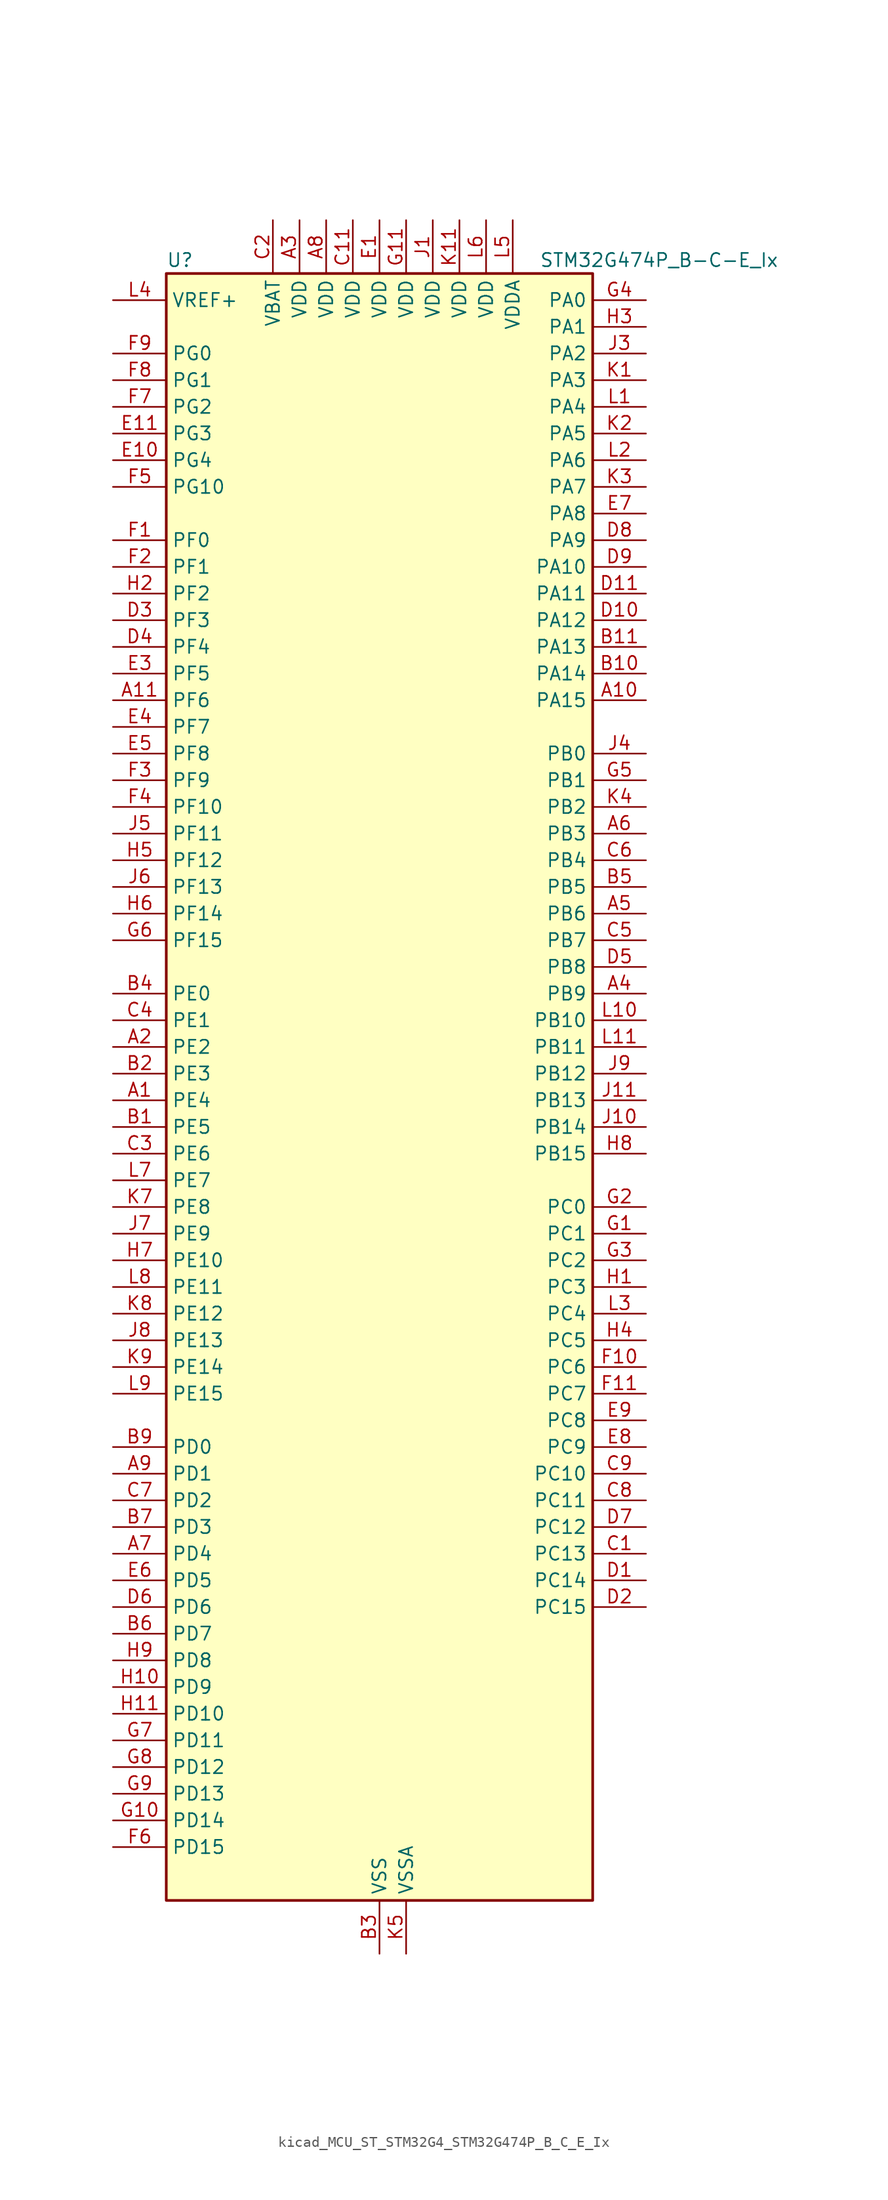
<source format=kicad_sym>
(kicad_symbol_lib
  (version 20220914)
  (generator kicad_symbol_editor)
  (symbol "kicad_MCU_ST_STM32G4_STM32G474P_B_C_E_Ix"
    (property "Reference" "U"
      (at -20.32 80.01 0)
      (effects (font (size 1.27 1.27)) (justify left)))
    (property "Value" "STM32G474P_B-C-E_Ix"
      (at 15.24 80.01 0)
      (effects (font (size 1.27 1.27)) (justify left)))
    (property "ki_locked" ""
      (at 0 0 0)
      (effects (font (size 1.27 1.27))))
    (symbol "kicad_MCU_ST_STM32G4_STM32G474P_B_C_E_Ix_0_1"
      (rectangle (start -20.32 -76.2) (end 20.32 78.74) (stroke (width 0.254) (type default)) (fill (type background))))
    (symbol "kicad_MCU_ST_STM32G4_STM32G474P_B_C_E_Ix_1_1"
      (pin bidirectional line (at -25.4 0 0) (length 5.08) (name "PE4" (effects (font (size 1.27 1.27)))) (number "A1" (effects (font (size 1.27 1.27)))) (alternate "FMC_A20" bidirectional line) (alternate "SAI1_D2" bidirectional line) (alternate "SAI1_FS_A" bidirectional line) (alternate "SPI4_NSS" bidirectional line) (alternate "SYS_TRACED1" bidirectional line) (alternate "TIM20_CH1N" bidirectional line) (alternate "TIM3_CH3" bidirectional line))
      (pin bidirectional line (at 25.4 38.1 180) (length 5.08) (name "PA15" (effects (font (size 1.27 1.27)))) (number "A10" (effects (font (size 1.27 1.27)))) (alternate "ADC1_EXTI15" bidirectional line) (alternate "ADC2_EXTI15" bidirectional line) (alternate "FDCAN3_TX" bidirectional line) (alternate "HRTIM1_FLT2" bidirectional line) (alternate "I2C1_SCL" bidirectional line) (alternate "I2S3_WS" bidirectional line) (alternate "SPI1_NSS" bidirectional line) (alternate "SPI3_NSS" bidirectional line) (alternate "SYS_JTDI" bidirectional line) (alternate "TIM1_BKIN" bidirectional line) (alternate "TIM2_CH1" bidirectional line) (alternate "TIM2_ETR" bidirectional line) (alternate "TIM8_CH1" bidirectional line) (alternate "UART4_DE" bidirectional line) (alternate "UART4_RTS" bidirectional line) (alternate "USART2_RX" bidirectional line))
      (pin bidirectional line (at -25.4 38.1 0) (length 5.08) (name "PF6" (effects (font (size 1.27 1.27)))) (number "A11" (effects (font (size 1.27 1.27)))) (alternate "I2C2_SCL" bidirectional line) (alternate "QUADSPI1_BK1_IO3" bidirectional line) (alternate "SAI1_SD_B" bidirectional line) (alternate "TIM4_CH4" bidirectional line) (alternate "TIM5_CH1" bidirectional line) (alternate "TIM5_ETR" bidirectional line) (alternate "USART3_RTS" bidirectional line))
      (pin bidirectional line (at -25.4 5.08 0) (length 5.08) (name "PE2" (effects (font (size 1.27 1.27)))) (number "A2" (effects (font (size 1.27 1.27)))) (alternate "ADC3_EXTI2" bidirectional line) (alternate "ADC4_EXTI2" bidirectional line) (alternate "ADC5_EXTI2" bidirectional line) (alternate "FMC_A23" bidirectional line) (alternate "SAI1_CK1" bidirectional line) (alternate "SAI1_MCLK_A" bidirectional line) (alternate "SPI4_SCK" bidirectional line) (alternate "SYS_TRACECLK" bidirectional line) (alternate "TIM20_CH1" bidirectional line) (alternate "TIM3_CH1" bidirectional line))
      (pin power_in line (at -7.62 83.82 270) (length 5.08) (name "VDD" (effects (font (size 1.27 1.27)))) (number "A3" (effects (font (size 1.27 1.27)))))
      (pin bidirectional line (at 25.4 10.16 180) (length 5.08) (name "PB9" (effects (font (size 1.27 1.27)))) (number "A4" (effects (font (size 1.27 1.27)))) (alternate "COMP2_OUT" bidirectional line) (alternate "DAC1_EXTI9" bidirectional line) (alternate "DAC2_EXTI9" bidirectional line) (alternate "DAC3_EXTI9" bidirectional line) (alternate "DAC4_EXTI9" bidirectional line) (alternate "FDCAN1_TX" bidirectional line) (alternate "HRTIM1_EEV5" bidirectional line) (alternate "I2C1_SDA" bidirectional line) (alternate "IR_OUT" bidirectional line) (alternate "SAI1_D2" bidirectional line) (alternate "SAI1_FS_A" bidirectional line) (alternate "TIM17_CH1" bidirectional line) (alternate "TIM1_CH3N" bidirectional line) (alternate "TIM4_CH4" bidirectional line) (alternate "TIM8_CH3" bidirectional line) (alternate "USART3_TX" bidirectional line))
      (pin bidirectional line (at 25.4 17.78 180) (length 5.08) (name "PB6" (effects (font (size 1.27 1.27)))) (number "A5" (effects (font (size 1.27 1.27)))) (alternate "COMP4_OUT" bidirectional line) (alternate "FDCAN2_TX" bidirectional line) (alternate "HRTIM1_EEV4" bidirectional line) (alternate "HRTIM1_SCIN" bidirectional line) (alternate "LPTIM1_ETR" bidirectional line) (alternate "SAI1_FS_B" bidirectional line) (alternate "TIM16_CH1N" bidirectional line) (alternate "TIM4_CH1" bidirectional line) (alternate "TIM8_BKIN2" bidirectional line) (alternate "TIM8_CH1" bidirectional line) (alternate "TIM8_ETR" bidirectional line) (alternate "UCPD1_CC1" bidirectional line) (alternate "USART1_TX" bidirectional line))
      (pin bidirectional line (at 25.4 25.4 180) (length 5.08) (name "PB3" (effects (font (size 1.27 1.27)))) (number "A6" (effects (font (size 1.27 1.27)))) (alternate "ADC3_EXTI3" bidirectional line) (alternate "ADC4_EXTI3" bidirectional line) (alternate "ADC5_EXTI3" bidirectional line) (alternate "CRS_SYNC" bidirectional line) (alternate "FDCAN3_RX" bidirectional line) (alternate "HRTIM1_EEV9" bidirectional line) (alternate "HRTIM1_SCOUT" bidirectional line) (alternate "I2S3_CK" bidirectional line) (alternate "SAI1_SCK_B" bidirectional line) (alternate "SPI1_SCK" bidirectional line) (alternate "SPI3_SCK" bidirectional line) (alternate "SYS_JTDO-SWO" bidirectional line) (alternate "TIM2_CH2" bidirectional line) (alternate "TIM3_ETR" bidirectional line) (alternate "TIM4_ETR" bidirectional line) (alternate "TIM8_CH1N" bidirectional line) (alternate "USART2_TX" bidirectional line))
      (pin bidirectional line (at -25.4 -43.18 0) (length 5.08) (name "PD4" (effects (font (size 1.27 1.27)))) (number "A7" (effects (font (size 1.27 1.27)))) (alternate "FMC_NOE" bidirectional line) (alternate "QUADSPI1_BK2_IO0" bidirectional line) (alternate "TIM2_CH2" bidirectional line) (alternate "USART2_DE" bidirectional line) (alternate "USART2_RTS" bidirectional line))
      (pin power_in line (at -5.08 83.82 270) (length 5.08) (name "VDD" (effects (font (size 1.27 1.27)))) (number "A8" (effects (font (size 1.27 1.27)))))
      (pin bidirectional line (at -25.4 -35.56 0) (length 5.08) (name "PD1" (effects (font (size 1.27 1.27)))) (number "A9" (effects (font (size 1.27 1.27)))) (alternate "FDCAN1_TX" bidirectional line) (alternate "FMC_D3" bidirectional line) (alternate "FMC_DA3" bidirectional line) (alternate "TIM8_BKIN2" bidirectional line) (alternate "TIM8_CH4" bidirectional line))
      (pin bidirectional line (at -25.4 -2.54 0) (length 5.08) (name "PE5" (effects (font (size 1.27 1.27)))) (number "B1" (effects (font (size 1.27 1.27)))) (alternate "FMC_A21" bidirectional line) (alternate "SAI1_CK2" bidirectional line) (alternate "SAI1_SCK_A" bidirectional line) (alternate "SPI4_MISO" bidirectional line) (alternate "SYS_TRACED2" bidirectional line) (alternate "TIM20_CH2N" bidirectional line) (alternate "TIM3_CH4" bidirectional line))
      (pin bidirectional line (at 25.4 40.64 180) (length 5.08) (name "PA14" (effects (font (size 1.27 1.27)))) (number "B10" (effects (font (size 1.27 1.27)))) (alternate "I2C1_SDA" bidirectional line) (alternate "I2C4_SMBA" bidirectional line) (alternate "LPTIM1_OUT" bidirectional line) (alternate "SAI1_FS_B" bidirectional line) (alternate "SYS_JTCK-SWCLK" bidirectional line) (alternate "TIM1_BKIN" bidirectional line) (alternate "TIM8_CH2" bidirectional line) (alternate "USART2_TX" bidirectional line))
      (pin bidirectional line (at 25.4 43.18 180) (length 5.08) (name "PA13" (effects (font (size 1.27 1.27)))) (number "B11" (effects (font (size 1.27 1.27)))) (alternate "I2C1_SCL" bidirectional line) (alternate "I2C4_SCL" bidirectional line) (alternate "IR_OUT" bidirectional line) (alternate "SAI1_SD_B" bidirectional line) (alternate "SYS_JTMS-SWDIO" bidirectional line) (alternate "TIM16_CH1N" bidirectional line) (alternate "TIM4_CH3" bidirectional line) (alternate "USART3_CTS" bidirectional line) (alternate "USART3_NSS" bidirectional line))
      (pin bidirectional line (at -25.4 2.54 0) (length 5.08) (name "PE3" (effects (font (size 1.27 1.27)))) (number "B2" (effects (font (size 1.27 1.27)))) (alternate "ADC3_EXTI3" bidirectional line) (alternate "ADC4_EXTI3" bidirectional line) (alternate "ADC5_EXTI3" bidirectional line) (alternate "FMC_A19" bidirectional line) (alternate "SAI1_SD_B" bidirectional line) (alternate "SPI4_NSS" bidirectional line) (alternate "SYS_TRACED0" bidirectional line) (alternate "TIM20_CH2" bidirectional line) (alternate "TIM3_CH2" bidirectional line))
      (pin power_in line (at 0 -81.28 90) (length 5.08) (name "VSS" (effects (font (size 1.27 1.27)))) (number "B3" (effects (font (size 1.27 1.27)))))
      (pin bidirectional line (at -25.4 10.16 0) (length 5.08) (name "PE0" (effects (font (size 1.27 1.27)))) (number "B4" (effects (font (size 1.27 1.27)))) (alternate "FMC_NBL0" bidirectional line) (alternate "TIM16_CH1" bidirectional line) (alternate "TIM20_CH4N" bidirectional line) (alternate "TIM20_ETR" bidirectional line) (alternate "TIM4_ETR" bidirectional line) (alternate "USART1_TX" bidirectional line))
      (pin bidirectional line (at 25.4 20.32 180) (length 5.08) (name "PB5" (effects (font (size 1.27 1.27)))) (number "B5" (effects (font (size 1.27 1.27)))) (alternate "FDCAN2_RX" bidirectional line) (alternate "HRTIM1_EEV6" bidirectional line) (alternate "I2C1_SMBA" bidirectional line) (alternate "I2C3_SDA" bidirectional line) (alternate "I2S3_SD" bidirectional line) (alternate "LPTIM1_IN1" bidirectional line) (alternate "SAI1_SD_B" bidirectional line) (alternate "SPI1_MOSI" bidirectional line) (alternate "SPI3_MOSI" bidirectional line) (alternate "TIM16_BKIN" bidirectional line) (alternate "TIM17_CH1" bidirectional line) (alternate "TIM3_CH2" bidirectional line) (alternate "TIM8_CH3N" bidirectional line) (alternate "UART5_CTS" bidirectional line) (alternate "USART2_CK" bidirectional line))
      (pin bidirectional line (at -25.4 -50.8 0) (length 5.08) (name "PD7" (effects (font (size 1.27 1.27)))) (number "B6" (effects (font (size 1.27 1.27)))) (alternate "FMC_NCE" bidirectional line) (alternate "FMC_NE1" bidirectional line) (alternate "QUADSPI1_BK2_IO3" bidirectional line) (alternate "TIM2_CH3" bidirectional line) (alternate "USART2_CK" bidirectional line))
      (pin bidirectional line (at -25.4 -40.64 0) (length 5.08) (name "PD3" (effects (font (size 1.27 1.27)))) (number "B7" (effects (font (size 1.27 1.27)))) (alternate "ADC3_EXTI3" bidirectional line) (alternate "ADC4_EXTI3" bidirectional line) (alternate "ADC5_EXTI3" bidirectional line) (alternate "FMC_CLK" bidirectional line) (alternate "QUADSPI1_BK2_NCS" bidirectional line) (alternate "TIM2_CH1" bidirectional line) (alternate "TIM2_ETR" bidirectional line) (alternate "USART2_CTS" bidirectional line) (alternate "USART2_NSS" bidirectional line))
      (pin passive line (at 0 -81.28 90) (length 5.08) hide (name "VSS" (effects (font (size 1.27 1.27)))) (number "B8" (effects (font (size 1.27 1.27)))))
      (pin bidirectional line (at -25.4 -33.02 0) (length 5.08) (name "PD0" (effects (font (size 1.27 1.27)))) (number "B9" (effects (font (size 1.27 1.27)))) (alternate "FDCAN1_RX" bidirectional line) (alternate "FMC_D2" bidirectional line) (alternate "FMC_DA2" bidirectional line) (alternate "TIM8_CH4N" bidirectional line))
      (pin bidirectional line (at 25.4 -43.18 180) (length 5.08) (name "PC13" (effects (font (size 1.27 1.27)))) (number "C1" (effects (font (size 1.27 1.27)))) (alternate "RTC_OUT1" bidirectional line) (alternate "RTC_TAMP1" bidirectional line) (alternate "RTC_TS" bidirectional line) (alternate "SYS_WKUP2" bidirectional line) (alternate "TIM1_BKIN" bidirectional line) (alternate "TIM1_CH1N" bidirectional line) (alternate "TIM8_CH4N" bidirectional line))
      (pin passive line (at 0 -81.28 90) (length 5.08) hide (name "VSS" (effects (font (size 1.27 1.27)))) (number "C10" (effects (font (size 1.27 1.27)))))
      (pin power_in line (at -2.54 83.82 270) (length 5.08) (name "VDD" (effects (font (size 1.27 1.27)))) (number "C11" (effects (font (size 1.27 1.27)))))
      (pin power_in line (at -10.16 83.82 270) (length 5.08) (name "VBAT" (effects (font (size 1.27 1.27)))) (number "C2" (effects (font (size 1.27 1.27)))))
      (pin bidirectional line (at -25.4 -5.08 0) (length 5.08) (name "PE6" (effects (font (size 1.27 1.27)))) (number "C3" (effects (font (size 1.27 1.27)))) (alternate "FMC_A22" bidirectional line) (alternate "RTC_TAMP3" bidirectional line) (alternate "SAI1_D1" bidirectional line) (alternate "SAI1_SD_A" bidirectional line) (alternate "SPI4_MOSI" bidirectional line) (alternate "SYS_TRACED3" bidirectional line) (alternate "SYS_WKUP3" bidirectional line) (alternate "TIM20_CH3N" bidirectional line))
      (pin bidirectional line (at -25.4 7.62 0) (length 5.08) (name "PE1" (effects (font (size 1.27 1.27)))) (number "C4" (effects (font (size 1.27 1.27)))) (alternate "FMC_NBL1" bidirectional line) (alternate "TIM17_CH1" bidirectional line) (alternate "TIM20_CH4" bidirectional line) (alternate "USART1_RX" bidirectional line))
      (pin bidirectional line (at 25.4 15.24 180) (length 5.08) (name "PB7" (effects (font (size 1.27 1.27)))) (number "C5" (effects (font (size 1.27 1.27)))) (alternate "COMP3_OUT" bidirectional line) (alternate "FMC_NL" bidirectional line) (alternate "HRTIM1_EEV3" bidirectional line) (alternate "I2C1_SDA" bidirectional line) (alternate "I2C4_SDA" bidirectional line) (alternate "LPTIM1_IN2" bidirectional line) (alternate "SYS_PVD_IN" bidirectional line) (alternate "TIM17_CH1N" bidirectional line) (alternate "TIM3_CH4" bidirectional line) (alternate "TIM4_CH2" bidirectional line) (alternate "TIM8_BKIN" bidirectional line) (alternate "UART4_CTS" bidirectional line) (alternate "USART1_RX" bidirectional line))
      (pin bidirectional line (at 25.4 22.86 180) (length 5.08) (name "PB4" (effects (font (size 1.27 1.27)))) (number "C6" (effects (font (size 1.27 1.27)))) (alternate "FDCAN3_TX" bidirectional line) (alternate "HRTIM1_EEV7" bidirectional line) (alternate "SAI1_MCLK_B" bidirectional line) (alternate "SPI1_MISO" bidirectional line) (alternate "SPI3_MISO" bidirectional line) (alternate "SYS_JTRST" bidirectional line) (alternate "TIM16_CH1" bidirectional line) (alternate "TIM17_BKIN" bidirectional line) (alternate "TIM3_CH1" bidirectional line) (alternate "TIM8_CH2N" bidirectional line) (alternate "UART5_DE" bidirectional line) (alternate "UART5_RTS" bidirectional line) (alternate "UCPD1_CC2" bidirectional line) (alternate "USART2_RX" bidirectional line))
      (pin bidirectional line (at -25.4 -38.1 0) (length 5.08) (name "PD2" (effects (font (size 1.27 1.27)))) (number "C7" (effects (font (size 1.27 1.27)))) (alternate "ADC3_EXTI2" bidirectional line) (alternate "ADC4_EXTI2" bidirectional line) (alternate "ADC5_EXTI2" bidirectional line) (alternate "TIM3_ETR" bidirectional line) (alternate "TIM8_BKIN" bidirectional line) (alternate "UART5_RX" bidirectional line))
      (pin bidirectional line (at 25.4 -38.1 180) (length 5.08) (name "PC11" (effects (font (size 1.27 1.27)))) (number "C8" (effects (font (size 1.27 1.27)))) (alternate "ADC1_EXTI11" bidirectional line) (alternate "ADC2_EXTI11" bidirectional line) (alternate "HRTIM1_EEV2" bidirectional line) (alternate "I2C3_SDA" bidirectional line) (alternate "SPI3_MISO" bidirectional line) (alternate "TIM8_CH2N" bidirectional line) (alternate "UART4_RX" bidirectional line) (alternate "USART3_RX" bidirectional line))
      (pin bidirectional line (at 25.4 -35.56 180) (length 5.08) (name "PC10" (effects (font (size 1.27 1.27)))) (number "C9" (effects (font (size 1.27 1.27)))) (alternate "DAC1_EXTI10" bidirectional line) (alternate "DAC2_EXTI10" bidirectional line) (alternate "DAC3_EXTI10" bidirectional line) (alternate "DAC4_EXTI10" bidirectional line) (alternate "HRTIM1_FLT6" bidirectional line) (alternate "I2S3_CK" bidirectional line) (alternate "SPI3_SCK" bidirectional line) (alternate "TIM8_CH1N" bidirectional line) (alternate "UART4_TX" bidirectional line) (alternate "USART3_TX" bidirectional line))
      (pin bidirectional line (at 25.4 -45.72 180) (length 5.08) (name "PC14" (effects (font (size 1.27 1.27)))) (number "D1" (effects (font (size 1.27 1.27)))) (alternate "RCC_OSC32_IN" bidirectional line))
      (pin bidirectional line (at 25.4 45.72 180) (length 5.08) (name "PA12" (effects (font (size 1.27 1.27)))) (number "D10" (effects (font (size 1.27 1.27)))) (alternate "COMP2_OUT" bidirectional line) (alternate "FDCAN1_TX" bidirectional line) (alternate "HRTIM1_FLT1" bidirectional line) (alternate "I2S_CKIN" bidirectional line) (alternate "TIM16_CH1" bidirectional line) (alternate "TIM1_CH2N" bidirectional line) (alternate "TIM1_ETR" bidirectional line) (alternate "TIM4_CH2" bidirectional line) (alternate "USART1_DE" bidirectional line) (alternate "USART1_RTS" bidirectional line) (alternate "USB_DP" bidirectional line))
      (pin bidirectional line (at 25.4 48.26 180) (length 5.08) (name "PA11" (effects (font (size 1.27 1.27)))) (number "D11" (effects (font (size 1.27 1.27)))) (alternate "ADC1_EXTI11" bidirectional line) (alternate "ADC2_EXTI11" bidirectional line) (alternate "COMP1_OUT" bidirectional line) (alternate "FDCAN1_RX" bidirectional line) (alternate "HRTIM1_CHB2" bidirectional line) (alternate "I2S2_SD" bidirectional line) (alternate "SPI2_MOSI" bidirectional line) (alternate "TIM1_BKIN2" bidirectional line) (alternate "TIM1_CH1N" bidirectional line) (alternate "TIM1_CH4" bidirectional line) (alternate "TIM4_CH1" bidirectional line) (alternate "USART1_CTS" bidirectional line) (alternate "USART1_NSS" bidirectional line) (alternate "USB_DM" bidirectional line))
      (pin bidirectional line (at 25.4 -48.26 180) (length 5.08) (name "PC15" (effects (font (size 1.27 1.27)))) (number "D2" (effects (font (size 1.27 1.27)))) (alternate "ADC1_EXTI15" bidirectional line) (alternate "ADC2_EXTI15" bidirectional line) (alternate "RCC_OSC32_OUT" bidirectional line))
      (pin bidirectional line (at -25.4 45.72 0) (length 5.08) (name "PF3" (effects (font (size 1.27 1.27)))) (number "D3" (effects (font (size 1.27 1.27)))) (alternate "ADC3_EXTI3" bidirectional line) (alternate "ADC4_EXTI3" bidirectional line) (alternate "ADC5_EXTI3" bidirectional line) (alternate "FMC_A3" bidirectional line) (alternate "I2C3_SCL" bidirectional line) (alternate "TIM20_CH4" bidirectional line))
      (pin bidirectional line (at -25.4 43.18 0) (length 5.08) (name "PF4" (effects (font (size 1.27 1.27)))) (number "D4" (effects (font (size 1.27 1.27)))) (alternate "COMP1_OUT" bidirectional line) (alternate "FMC_A4" bidirectional line) (alternate "I2C3_SDA" bidirectional line) (alternate "TIM20_CH1N" bidirectional line))
      (pin bidirectional line (at 25.4 12.7 180) (length 5.08) (name "PB8" (effects (font (size 1.27 1.27)))) (number "D5" (effects (font (size 1.27 1.27)))) (alternate "COMP1_OUT" bidirectional line) (alternate "FDCAN1_RX" bidirectional line) (alternate "HRTIM1_EEV8" bidirectional line) (alternate "I2C1_SCL" bidirectional line) (alternate "SAI1_CK1" bidirectional line) (alternate "SAI1_MCLK_A" bidirectional line) (alternate "TIM16_CH1" bidirectional line) (alternate "TIM1_BKIN" bidirectional line) (alternate "TIM4_CH3" bidirectional line) (alternate "TIM8_CH2" bidirectional line) (alternate "USART3_RX" bidirectional line))
      (pin bidirectional line (at -25.4 -48.26 0) (length 5.08) (name "PD6" (effects (font (size 1.27 1.27)))) (number "D6" (effects (font (size 1.27 1.27)))) (alternate "FMC_NWAIT" bidirectional line) (alternate "QUADSPI1_BK2_IO2" bidirectional line) (alternate "SAI1_D1" bidirectional line) (alternate "SAI1_SD_A" bidirectional line) (alternate "TIM2_CH4" bidirectional line) (alternate "USART2_RX" bidirectional line))
      (pin bidirectional line (at 25.4 -40.64 180) (length 5.08) (name "PC12" (effects (font (size 1.27 1.27)))) (number "D7" (effects (font (size 1.27 1.27)))) (alternate "HRTIM1_EEV1" bidirectional line) (alternate "I2S3_SD" bidirectional line) (alternate "SPI3_MOSI" bidirectional line) (alternate "TIM5_CH2" bidirectional line) (alternate "TIM8_CH3N" bidirectional line) (alternate "UART5_TX" bidirectional line) (alternate "UCPD1_FRSTX1" bidirectional line) (alternate "UCPD1_FRSTX2" bidirectional line) (alternate "USART3_CK" bidirectional line))
      (pin bidirectional line (at 25.4 53.34 180) (length 5.08) (name "PA9" (effects (font (size 1.27 1.27)))) (number "D8" (effects (font (size 1.27 1.27)))) (alternate "ADC5_IN2" bidirectional line) (alternate "COMP5_OUT" bidirectional line) (alternate "DAC1_EXTI9" bidirectional line) (alternate "DAC2_EXTI9" bidirectional line) (alternate "DAC3_EXTI9" bidirectional line) (alternate "DAC4_EXTI9" bidirectional line) (alternate "HRTIM1_CHA2" bidirectional line) (alternate "I2C2_SCL" bidirectional line) (alternate "I2C3_SMBA" bidirectional line) (alternate "I2S3_MCK" bidirectional line) (alternate "SAI1_FS_A" bidirectional line) (alternate "TIM15_BKIN" bidirectional line) (alternate "TIM1_CH2" bidirectional line) (alternate "TIM2_CH3" bidirectional line) (alternate "UCPD1_DBCC1" bidirectional line) (alternate "USART1_TX" bidirectional line))
      (pin bidirectional line (at 25.4 50.8 180) (length 5.08) (name "PA10" (effects (font (size 1.27 1.27)))) (number "D9" (effects (font (size 1.27 1.27)))) (alternate "COMP6_OUT" bidirectional line) (alternate "CRS_SYNC" bidirectional line) (alternate "DAC1_EXTI10" bidirectional line) (alternate "DAC2_EXTI10" bidirectional line) (alternate "DAC3_EXTI10" bidirectional line) (alternate "DAC4_EXTI10" bidirectional line) (alternate "HRTIM1_CHB1" bidirectional line) (alternate "I2C2_SMBA" bidirectional line) (alternate "SAI1_D1" bidirectional line) (alternate "SAI1_SD_A" bidirectional line) (alternate "SPI2_MISO" bidirectional line) (alternate "TIM17_BKIN" bidirectional line) (alternate "TIM1_CH3" bidirectional line) (alternate "TIM2_CH4" bidirectional line) (alternate "TIM8_BKIN" bidirectional line) (alternate "UCPD1_DBCC2" bidirectional line) (alternate "USART1_RX" bidirectional line))
      (pin power_in line (at 0 83.82 270) (length 5.08) (name "VDD" (effects (font (size 1.27 1.27)))) (number "E1" (effects (font (size 1.27 1.27)))))
      (pin bidirectional line (at -25.4 60.96 0) (length 5.08) (name "PG4" (effects (font (size 1.27 1.27)))) (number "E10" (effects (font (size 1.27 1.27)))) (alternate "FMC_A14" bidirectional line) (alternate "I2C4_SDA" bidirectional line) (alternate "SPI1_MOSI" bidirectional line) (alternate "TIM20_BKIN2" bidirectional line))
      (pin bidirectional line (at -25.4 63.5 0) (length 5.08) (name "PG3" (effects (font (size 1.27 1.27)))) (number "E11" (effects (font (size 1.27 1.27)))) (alternate "ADC3_EXTI3" bidirectional line) (alternate "ADC4_EXTI3" bidirectional line) (alternate "ADC5_EXTI3" bidirectional line) (alternate "FMC_A13" bidirectional line) (alternate "I2C4_SCL" bidirectional line) (alternate "SPI1_MISO" bidirectional line) (alternate "TIM20_BKIN" bidirectional line) (alternate "TIM20_CH4N" bidirectional line))
      (pin passive line (at 0 -81.28 90) (length 5.08) hide (name "VSS" (effects (font (size 1.27 1.27)))) (number "E2" (effects (font (size 1.27 1.27)))))
      (pin bidirectional line (at -25.4 40.64 0) (length 5.08) (name "PF5" (effects (font (size 1.27 1.27)))) (number "E3" (effects (font (size 1.27 1.27)))) (alternate "FMC_A5" bidirectional line) (alternate "TIM20_CH2N" bidirectional line))
      (pin bidirectional line (at -25.4 35.56 0) (length 5.08) (name "PF7" (effects (font (size 1.27 1.27)))) (number "E4" (effects (font (size 1.27 1.27)))) (alternate "FMC_A1" bidirectional line) (alternate "QUADSPI1_BK1_IO2" bidirectional line) (alternate "SAI1_MCLK_B" bidirectional line) (alternate "TIM20_BKIN" bidirectional line) (alternate "TIM5_CH2" bidirectional line))
      (pin bidirectional line (at -25.4 33.02 0) (length 5.08) (name "PF8" (effects (font (size 1.27 1.27)))) (number "E5" (effects (font (size 1.27 1.27)))) (alternate "FMC_A24" bidirectional line) (alternate "QUADSPI1_BK1_IO0" bidirectional line) (alternate "SAI1_SCK_B" bidirectional line) (alternate "TIM20_BKIN2" bidirectional line) (alternate "TIM5_CH3" bidirectional line))
      (pin bidirectional line (at -25.4 -45.72 0) (length 5.08) (name "PD5" (effects (font (size 1.27 1.27)))) (number "E6" (effects (font (size 1.27 1.27)))) (alternate "FMC_NWE" bidirectional line) (alternate "QUADSPI1_BK2_IO1" bidirectional line) (alternate "USART2_TX" bidirectional line))
      (pin bidirectional line (at 25.4 55.88 180) (length 5.08) (name "PA8" (effects (font (size 1.27 1.27)))) (number "E7" (effects (font (size 1.27 1.27)))) (alternate "ADC5_IN1" bidirectional line) (alternate "COMP7_OUT" bidirectional line) (alternate "FDCAN3_RX" bidirectional line) (alternate "HRTIM1_CHA1" bidirectional line) (alternate "I2C2_SDA" bidirectional line) (alternate "I2C3_SCL" bidirectional line) (alternate "I2S2_MCK" bidirectional line) (alternate "OPAMP5_VOUT" bidirectional line) (alternate "RCC_MCO" bidirectional line) (alternate "SAI1_CK2" bidirectional line) (alternate "SAI1_SCK_A" bidirectional line) (alternate "TIM1_CH1" bidirectional line) (alternate "TIM4_ETR" bidirectional line) (alternate "USART1_CK" bidirectional line))
      (pin bidirectional line (at 25.4 -33.02 180) (length 5.08) (name "PC9" (effects (font (size 1.27 1.27)))) (number "E8" (effects (font (size 1.27 1.27)))) (alternate "DAC1_EXTI9" bidirectional line) (alternate "DAC2_EXTI9" bidirectional line) (alternate "DAC3_EXTI9" bidirectional line) (alternate "DAC4_EXTI9" bidirectional line) (alternate "HRTIM1_CHE2" bidirectional line) (alternate "I2C3_SDA" bidirectional line) (alternate "I2S_CKIN" bidirectional line) (alternate "TIM3_CH4" bidirectional line) (alternate "TIM8_BKIN2" bidirectional line) (alternate "TIM8_CH4" bidirectional line))
      (pin bidirectional line (at 25.4 -30.48 180) (length 5.08) (name "PC8" (effects (font (size 1.27 1.27)))) (number "E9" (effects (font (size 1.27 1.27)))) (alternate "COMP7_OUT" bidirectional line) (alternate "HRTIM1_CHE1" bidirectional line) (alternate "I2C3_SCL" bidirectional line) (alternate "TIM20_CH3" bidirectional line) (alternate "TIM3_CH3" bidirectional line) (alternate "TIM8_CH3" bidirectional line))
      (pin bidirectional line (at -25.4 53.34 0) (length 5.08) (name "PF0" (effects (font (size 1.27 1.27)))) (number "F1" (effects (font (size 1.27 1.27)))) (alternate "ADC1_IN10" bidirectional line) (alternate "I2C2_SDA" bidirectional line) (alternate "I2S2_WS" bidirectional line) (alternate "RCC_OSC_IN" bidirectional line) (alternate "SPI2_NSS" bidirectional line) (alternate "TIM1_CH3N" bidirectional line))
      (pin bidirectional line (at 25.4 -25.4 180) (length 5.08) (name "PC6" (effects (font (size 1.27 1.27)))) (number "F10" (effects (font (size 1.27 1.27)))) (alternate "COMP6_OUT" bidirectional line) (alternate "HRTIM1_CHF1" bidirectional line) (alternate "HRTIM1_EEV10" bidirectional line) (alternate "I2C4_SCL" bidirectional line) (alternate "I2S2_MCK" bidirectional line) (alternate "TIM3_CH1" bidirectional line) (alternate "TIM8_CH1" bidirectional line))
      (pin bidirectional line (at 25.4 -27.94 180) (length 5.08) (name "PC7" (effects (font (size 1.27 1.27)))) (number "F11" (effects (font (size 1.27 1.27)))) (alternate "COMP5_OUT" bidirectional line) (alternate "HRTIM1_CHF2" bidirectional line) (alternate "HRTIM1_FLT5" bidirectional line) (alternate "I2C4_SDA" bidirectional line) (alternate "I2S3_MCK" bidirectional line) (alternate "TIM3_CH2" bidirectional line) (alternate "TIM8_CH2" bidirectional line))
      (pin bidirectional line (at -25.4 50.8 0) (length 5.08) (name "PF1" (effects (font (size 1.27 1.27)))) (number "F2" (effects (font (size 1.27 1.27)))) (alternate "ADC2_IN10" bidirectional line) (alternate "COMP3_INM" bidirectional line) (alternate "I2S2_CK" bidirectional line) (alternate "RCC_OSC_OUT" bidirectional line) (alternate "SPI2_SCK" bidirectional line))
      (pin bidirectional line (at -25.4 30.48 0) (length 5.08) (name "PF9" (effects (font (size 1.27 1.27)))) (number "F3" (effects (font (size 1.27 1.27)))) (alternate "DAC1_EXTI9" bidirectional line) (alternate "DAC2_EXTI9" bidirectional line) (alternate "DAC3_EXTI9" bidirectional line) (alternate "DAC4_EXTI9" bidirectional line) (alternate "FMC_A25" bidirectional line) (alternate "QUADSPI1_BK1_IO1" bidirectional line) (alternate "SAI1_FS_B" bidirectional line) (alternate "SPI2_SCK" bidirectional line) (alternate "TIM15_CH1" bidirectional line) (alternate "TIM20_BKIN" bidirectional line) (alternate "TIM5_CH4" bidirectional line))
      (pin bidirectional line (at -25.4 27.94 0) (length 5.08) (name "PF10" (effects (font (size 1.27 1.27)))) (number "F4" (effects (font (size 1.27 1.27)))) (alternate "DAC1_EXTI10" bidirectional line) (alternate "DAC2_EXTI10" bidirectional line) (alternate "DAC3_EXTI10" bidirectional line) (alternate "DAC4_EXTI10" bidirectional line) (alternate "FMC_A0" bidirectional line) (alternate "QUADSPI1_CLK" bidirectional line) (alternate "SAI1_D3" bidirectional line) (alternate "SPI2_SCK" bidirectional line) (alternate "TIM15_CH2" bidirectional line) (alternate "TIM20_BKIN2" bidirectional line))
      (pin bidirectional line (at -25.4 58.42 0) (length 5.08) (name "PG10" (effects (font (size 1.27 1.27)))) (number "F5" (effects (font (size 1.27 1.27)))) (alternate "DAC1_EXTI10" bidirectional line) (alternate "DAC2_EXTI10" bidirectional line) (alternate "DAC3_EXTI10" bidirectional line) (alternate "DAC4_EXTI10" bidirectional line) (alternate "RCC_MCO" bidirectional line))
      (pin bidirectional line (at -25.4 -71.12 0) (length 5.08) (name "PD15" (effects (font (size 1.27 1.27)))) (number "F6" (effects (font (size 1.27 1.27)))) (alternate "ADC1_EXTI15" bidirectional line) (alternate "ADC2_EXTI15" bidirectional line) (alternate "COMP7_INM" bidirectional line) (alternate "FMC_D1" bidirectional line) (alternate "FMC_DA1" bidirectional line) (alternate "SPI2_NSS" bidirectional line) (alternate "TIM4_CH4" bidirectional line))
      (pin bidirectional line (at -25.4 66.04 0) (length 5.08) (name "PG2" (effects (font (size 1.27 1.27)))) (number "F7" (effects (font (size 1.27 1.27)))) (alternate "ADC3_EXTI2" bidirectional line) (alternate "ADC4_EXTI2" bidirectional line) (alternate "ADC5_EXTI2" bidirectional line) (alternate "FMC_A12" bidirectional line) (alternate "SPI1_SCK" bidirectional line) (alternate "TIM20_CH3N" bidirectional line))
      (pin bidirectional line (at -25.4 68.58 0) (length 5.08) (name "PG1" (effects (font (size 1.27 1.27)))) (number "F8" (effects (font (size 1.27 1.27)))) (alternate "FMC_A11" bidirectional line) (alternate "TIM20_CH2N" bidirectional line))
      (pin bidirectional line (at -25.4 71.12 0) (length 5.08) (name "PG0" (effects (font (size 1.27 1.27)))) (number "F9" (effects (font (size 1.27 1.27)))) (alternate "FMC_A10" bidirectional line) (alternate "TIM20_CH1N" bidirectional line))
      (pin bidirectional line (at 25.4 -12.7 180) (length 5.08) (name "PC1" (effects (font (size 1.27 1.27)))) (number "G1" (effects (font (size 1.27 1.27)))) (alternate "ADC1_IN7" bidirectional line) (alternate "ADC2_IN7" bidirectional line) (alternate "COMP3_INP" bidirectional line) (alternate "LPTIM1_OUT" bidirectional line) (alternate "LPUART1_TX" bidirectional line) (alternate "QUADSPI1_BK2_IO0" bidirectional line) (alternate "SAI1_SD_A" bidirectional line) (alternate "TIM1_CH2" bidirectional line))
      (pin bidirectional line (at -25.4 -68.58 0) (length 5.08) (name "PD14" (effects (font (size 1.27 1.27)))) (number "G10" (effects (font (size 1.27 1.27)))) (alternate "ADC3_IN11" bidirectional line) (alternate "ADC4_IN11" bidirectional line) (alternate "ADC5_IN11" bidirectional line) (alternate "COMP7_INP" bidirectional line) (alternate "FMC_D0" bidirectional line) (alternate "FMC_DA0" bidirectional line) (alternate "OPAMP2_VINP" bidirectional line) (alternate "OPAMP2_VINP_SEC" bidirectional line) (alternate "TIM4_CH3" bidirectional line))
      (pin power_in line (at 2.54 83.82 270) (length 5.08) (name "VDD" (effects (font (size 1.27 1.27)))) (number "G11" (effects (font (size 1.27 1.27)))))
      (pin bidirectional line (at 25.4 -10.16 180) (length 5.08) (name "PC0" (effects (font (size 1.27 1.27)))) (number "G2" (effects (font (size 1.27 1.27)))) (alternate "ADC1_IN6" bidirectional line) (alternate "ADC2_IN6" bidirectional line) (alternate "COMP3_INM" bidirectional line) (alternate "LPTIM1_IN1" bidirectional line) (alternate "LPUART1_RX" bidirectional line) (alternate "TIM1_CH1" bidirectional line))
      (pin bidirectional line (at 25.4 -15.24 180) (length 5.08) (name "PC2" (effects (font (size 1.27 1.27)))) (number "G3" (effects (font (size 1.27 1.27)))) (alternate "ADC1_IN8" bidirectional line) (alternate "ADC2_IN8" bidirectional line) (alternate "ADC3_EXTI2" bidirectional line) (alternate "ADC4_EXTI2" bidirectional line) (alternate "ADC5_EXTI2" bidirectional line) (alternate "COMP3_OUT" bidirectional line) (alternate "LPTIM1_IN2" bidirectional line) (alternate "QUADSPI1_BK2_IO1" bidirectional line) (alternate "TIM1_CH3" bidirectional line) (alternate "TIM20_CH2" bidirectional line))
      (pin bidirectional line (at 25.4 76.2 180) (length 5.08) (name "PA0" (effects (font (size 1.27 1.27)))) (number "G4" (effects (font (size 1.27 1.27)))) (alternate "ADC1_IN1" bidirectional line) (alternate "ADC2_IN1" bidirectional line) (alternate "COMP1_INM" bidirectional line) (alternate "COMP1_OUT" bidirectional line) (alternate "COMP3_INP" bidirectional line) (alternate "RTC_TAMP2" bidirectional line) (alternate "SYS_WKUP1" bidirectional line) (alternate "TIM2_CH1" bidirectional line) (alternate "TIM2_ETR" bidirectional line) (alternate "TIM5_CH1" bidirectional line) (alternate "TIM8_BKIN" bidirectional line) (alternate "TIM8_ETR" bidirectional line) (alternate "USART2_CTS" bidirectional line) (alternate "USART2_NSS" bidirectional line))
      (pin bidirectional line (at 25.4 30.48 180) (length 5.08) (name "PB1" (effects (font (size 1.27 1.27)))) (number "G5" (effects (font (size 1.27 1.27)))) (alternate "ADC1_IN12" bidirectional line) (alternate "ADC3_IN1" bidirectional line) (alternate "COMP1_INP" bidirectional line) (alternate "COMP4_OUT" bidirectional line) (alternate "HRTIM1_SCOUT" bidirectional line) (alternate "LPUART1_DE" bidirectional line) (alternate "LPUART1_RTS" bidirectional line) (alternate "OPAMP3_VOUT" bidirectional line) (alternate "OPAMP6_VINM" bidirectional line) (alternate "OPAMP6_VINM1" bidirectional line) (alternate "OPAMP6_VINM_SEC" bidirectional line) (alternate "QUADSPI1_BK1_IO0" bidirectional line) (alternate "TIM1_CH3N" bidirectional line) (alternate "TIM3_CH4" bidirectional line) (alternate "TIM8_CH3N" bidirectional line))
      (pin bidirectional line (at -25.4 15.24 0) (length 5.08) (name "PF15" (effects (font (size 1.27 1.27)))) (number "G6" (effects (font (size 1.27 1.27)))) (alternate "ADC1_EXTI15" bidirectional line) (alternate "ADC2_EXTI15" bidirectional line) (alternate "FMC_A9" bidirectional line) (alternate "I2C4_SDA" bidirectional line) (alternate "TIM20_CH4" bidirectional line))
      (pin bidirectional line (at -25.4 -60.96 0) (length 5.08) (name "PD11" (effects (font (size 1.27 1.27)))) (number "G7" (effects (font (size 1.27 1.27)))) (alternate "ADC1_EXTI11" bidirectional line) (alternate "ADC2_EXTI11" bidirectional line) (alternate "ADC3_IN8" bidirectional line) (alternate "ADC4_IN8" bidirectional line) (alternate "ADC5_IN8" bidirectional line) (alternate "COMP6_INP" bidirectional line) (alternate "FMC_A16" bidirectional line) (alternate "FMC_CLE" bidirectional line) (alternate "I2C4_SMBA" bidirectional line) (alternate "OPAMP4_VINP" bidirectional line) (alternate "OPAMP4_VINP_SEC" bidirectional line) (alternate "TIM5_ETR" bidirectional line) (alternate "USART3_CTS" bidirectional line) (alternate "USART3_NSS" bidirectional line))
      (pin bidirectional line (at -25.4 -63.5 0) (length 5.08) (name "PD12" (effects (font (size 1.27 1.27)))) (number "G8" (effects (font (size 1.27 1.27)))) (alternate "ADC3_IN9" bidirectional line) (alternate "ADC4_IN9" bidirectional line) (alternate "ADC5_IN9" bidirectional line) (alternate "COMP5_INP" bidirectional line) (alternate "FMC_A17" bidirectional line) (alternate "FMC_ALE" bidirectional line) (alternate "OPAMP5_VINP" bidirectional line) (alternate "OPAMP5_VINP_SEC" bidirectional line) (alternate "TIM4_CH1" bidirectional line) (alternate "USART3_DE" bidirectional line) (alternate "USART3_RTS" bidirectional line))
      (pin bidirectional line (at -25.4 -66.04 0) (length 5.08) (name "PD13" (effects (font (size 1.27 1.27)))) (number "G9" (effects (font (size 1.27 1.27)))) (alternate "ADC3_IN10" bidirectional line) (alternate "ADC4_IN10" bidirectional line) (alternate "ADC5_IN10" bidirectional line) (alternate "COMP5_INM" bidirectional line) (alternate "FMC_A18" bidirectional line) (alternate "TIM4_CH2" bidirectional line))
      (pin bidirectional line (at 25.4 -17.78 180) (length 5.08) (name "PC3" (effects (font (size 1.27 1.27)))) (number "H1" (effects (font (size 1.27 1.27)))) (alternate "ADC1_IN9" bidirectional line) (alternate "ADC2_IN9" bidirectional line) (alternate "ADC3_EXTI3" bidirectional line) (alternate "ADC4_EXTI3" bidirectional line) (alternate "ADC5_EXTI3" bidirectional line) (alternate "LPTIM1_ETR" bidirectional line) (alternate "OPAMP5_VINP" bidirectional line) (alternate "OPAMP5_VINP_SEC" bidirectional line) (alternate "QUADSPI1_BK2_IO2" bidirectional line) (alternate "SAI1_D1" bidirectional line) (alternate "SAI1_SD_A" bidirectional line) (alternate "TIM1_BKIN2" bidirectional line) (alternate "TIM1_CH4" bidirectional line))
      (pin bidirectional line (at -25.4 -55.88 0) (length 5.08) (name "PD9" (effects (font (size 1.27 1.27)))) (number "H10" (effects (font (size 1.27 1.27)))) (alternate "ADC4_IN13" bidirectional line) (alternate "ADC5_IN13" bidirectional line) (alternate "DAC1_EXTI9" bidirectional line) (alternate "DAC2_EXTI9" bidirectional line) (alternate "DAC3_EXTI9" bidirectional line) (alternate "DAC4_EXTI9" bidirectional line) (alternate "FMC_D14" bidirectional line) (alternate "FMC_DA14" bidirectional line) (alternate "OPAMP6_VINP" bidirectional line) (alternate "OPAMP6_VINP_SEC" bidirectional line) (alternate "USART3_RX" bidirectional line))
      (pin bidirectional line (at -25.4 -58.42 0) (length 5.08) (name "PD10" (effects (font (size 1.27 1.27)))) (number "H11" (effects (font (size 1.27 1.27)))) (alternate "ADC3_IN7" bidirectional line) (alternate "ADC4_IN7" bidirectional line) (alternate "ADC5_IN7" bidirectional line) (alternate "COMP6_INM" bidirectional line) (alternate "DAC1_EXTI10" bidirectional line) (alternate "DAC2_EXTI10" bidirectional line) (alternate "DAC3_EXTI10" bidirectional line) (alternate "DAC4_EXTI10" bidirectional line) (alternate "FMC_D15" bidirectional line) (alternate "FMC_DA15" bidirectional line) (alternate "USART3_CK" bidirectional line))
      (pin bidirectional line (at -25.4 48.26 0) (length 5.08) (name "PF2" (effects (font (size 1.27 1.27)))) (number "H2" (effects (font (size 1.27 1.27)))) (alternate "ADC3_EXTI2" bidirectional line) (alternate "ADC4_EXTI2" bidirectional line) (alternate "ADC5_EXTI2" bidirectional line) (alternate "FMC_A2" bidirectional line) (alternate "I2C2_SMBA" bidirectional line) (alternate "TIM20_CH3" bidirectional line))
      (pin bidirectional line (at 25.4 73.66 180) (length 5.08) (name "PA1" (effects (font (size 1.27 1.27)))) (number "H3" (effects (font (size 1.27 1.27)))) (alternate "ADC1_IN2" bidirectional line) (alternate "ADC2_IN2" bidirectional line) (alternate "COMP1_INP" bidirectional line) (alternate "OPAMP1_VINP" bidirectional line) (alternate "OPAMP1_VINP_SEC" bidirectional line) (alternate "OPAMP3_VINP" bidirectional line) (alternate "OPAMP3_VINP_SEC" bidirectional line) (alternate "OPAMP6_VINM" bidirectional line) (alternate "OPAMP6_VINM0" bidirectional line) (alternate "OPAMP6_VINM_SEC" bidirectional line) (alternate "RTC_REFIN" bidirectional line) (alternate "TIM15_CH1N" bidirectional line) (alternate "TIM2_CH2" bidirectional line) (alternate "TIM5_CH2" bidirectional line) (alternate "USART2_DE" bidirectional line) (alternate "USART2_RTS" bidirectional line))
      (pin bidirectional line (at 25.4 -22.86 180) (length 5.08) (name "PC5" (effects (font (size 1.27 1.27)))) (number "H4" (effects (font (size 1.27 1.27)))) (alternate "ADC2_IN11" bidirectional line) (alternate "HRTIM1_EEV10" bidirectional line) (alternate "OPAMP1_VINM" bidirectional line) (alternate "OPAMP1_VINM1" bidirectional line) (alternate "OPAMP1_VINM_SEC" bidirectional line) (alternate "OPAMP2_VINM" bidirectional line) (alternate "OPAMP2_VINM1" bidirectional line) (alternate "OPAMP2_VINM_SEC" bidirectional line) (alternate "SAI1_D3" bidirectional line) (alternate "SYS_WKUP5" bidirectional line) (alternate "TIM15_BKIN" bidirectional line) (alternate "TIM1_CH4N" bidirectional line) (alternate "USART1_RX" bidirectional line))
      (pin bidirectional line (at -25.4 22.86 0) (length 5.08) (name "PF12" (effects (font (size 1.27 1.27)))) (number "H5" (effects (font (size 1.27 1.27)))) (alternate "FMC_A6" bidirectional line) (alternate "TIM20_CH1" bidirectional line))
      (pin bidirectional line (at -25.4 17.78 0) (length 5.08) (name "PF14" (effects (font (size 1.27 1.27)))) (number "H6" (effects (font (size 1.27 1.27)))) (alternate "FMC_A8" bidirectional line) (alternate "I2C4_SCL" bidirectional line) (alternate "TIM20_CH3" bidirectional line))
      (pin bidirectional line (at -25.4 -15.24 0) (length 5.08) (name "PE10" (effects (font (size 1.27 1.27)))) (number "H7" (effects (font (size 1.27 1.27)))) (alternate "ADC3_IN14" bidirectional line) (alternate "ADC4_IN14" bidirectional line) (alternate "ADC5_IN14" bidirectional line) (alternate "DAC1_EXTI10" bidirectional line) (alternate "DAC2_EXTI10" bidirectional line) (alternate "DAC3_EXTI10" bidirectional line) (alternate "DAC4_EXTI10" bidirectional line) (alternate "FMC_D7" bidirectional line) (alternate "FMC_DA7" bidirectional line) (alternate "QUADSPI1_CLK" bidirectional line) (alternate "SAI1_MCLK_B" bidirectional line) (alternate "TIM1_CH2N" bidirectional line))
      (pin bidirectional line (at 25.4 -5.08 180) (length 5.08) (name "PB15" (effects (font (size 1.27 1.27)))) (number "H8" (effects (font (size 1.27 1.27)))) (alternate "ADC1_EXTI15" bidirectional line) (alternate "ADC2_EXTI15" bidirectional line) (alternate "ADC2_IN15" bidirectional line) (alternate "ADC4_IN5" bidirectional line) (alternate "COMP3_OUT" bidirectional line) (alternate "COMP6_INM" bidirectional line) (alternate "HRTIM1_CHD2" bidirectional line) (alternate "I2S2_SD" bidirectional line) (alternate "OPAMP5_VINM" bidirectional line) (alternate "OPAMP5_VINM0" bidirectional line) (alternate "OPAMP5_VINM_SEC" bidirectional line) (alternate "RTC_REFIN" bidirectional line) (alternate "SPI2_MOSI" bidirectional line) (alternate "TIM15_CH1N" bidirectional line) (alternate "TIM15_CH2" bidirectional line) (alternate "TIM1_CH3N" bidirectional line))
      (pin bidirectional line (at -25.4 -53.34 0) (length 5.08) (name "PD8" (effects (font (size 1.27 1.27)))) (number "H9" (effects (font (size 1.27 1.27)))) (alternate "ADC4_IN12" bidirectional line) (alternate "ADC5_IN12" bidirectional line) (alternate "FMC_D13" bidirectional line) (alternate "FMC_DA13" bidirectional line) (alternate "OPAMP4_VINM" bidirectional line) (alternate "OPAMP4_VINM1" bidirectional line) (alternate "OPAMP4_VINM_SEC" bidirectional line) (alternate "USART3_TX" bidirectional line))
      (pin power_in line (at 5.08 83.82 270) (length 5.08) (name "VDD" (effects (font (size 1.27 1.27)))) (number "J1" (effects (font (size 1.27 1.27)))))
      (pin bidirectional line (at 25.4 -2.54 180) (length 5.08) (name "PB14" (effects (font (size 1.27 1.27)))) (number "J10" (effects (font (size 1.27 1.27)))) (alternate "ADC1_IN5" bidirectional line) (alternate "ADC4_IN4" bidirectional line) (alternate "COMP4_OUT" bidirectional line) (alternate "COMP7_INP" bidirectional line) (alternate "HRTIM1_CHD1" bidirectional line) (alternate "OPAMP2_VINP" bidirectional line) (alternate "OPAMP2_VINP_SEC" bidirectional line) (alternate "OPAMP5_VINP" bidirectional line) (alternate "OPAMP5_VINP_SEC" bidirectional line) (alternate "SPI2_MISO" bidirectional line) (alternate "TIM15_CH1" bidirectional line) (alternate "TIM1_CH2N" bidirectional line) (alternate "USART3_DE" bidirectional line) (alternate "USART3_RTS" bidirectional line))
      (pin bidirectional line (at 25.4 0 180) (length 5.08) (name "PB13" (effects (font (size 1.27 1.27)))) (number "J11" (effects (font (size 1.27 1.27)))) (alternate "ADC3_IN5" bidirectional line) (alternate "COMP5_INP" bidirectional line) (alternate "FDCAN2_TX" bidirectional line) (alternate "HRTIM1_CHC2" bidirectional line) (alternate "I2S2_CK" bidirectional line) (alternate "LPUART1_CTS" bidirectional line) (alternate "OPAMP3_VINP" bidirectional line) (alternate "OPAMP3_VINP_SEC" bidirectional line) (alternate "OPAMP4_VINP" bidirectional line) (alternate "OPAMP4_VINP_SEC" bidirectional line) (alternate "OPAMP6_VINP" bidirectional line) (alternate "OPAMP6_VINP_SEC" bidirectional line) (alternate "SPI2_SCK" bidirectional line) (alternate "TIM1_CH1N" bidirectional line) (alternate "USART3_CTS" bidirectional line) (alternate "USART3_NSS" bidirectional line))
      (pin passive line (at 0 -81.28 90) (length 5.08) hide (name "VSS" (effects (font (size 1.27 1.27)))) (number "J2" (effects (font (size 1.27 1.27)))))
      (pin bidirectional line (at 25.4 71.12 180) (length 5.08) (name "PA2" (effects (font (size 1.27 1.27)))) (number "J3" (effects (font (size 1.27 1.27)))) (alternate "ADC1_IN3" bidirectional line) (alternate "ADC3_EXTI2" bidirectional line) (alternate "ADC4_EXTI2" bidirectional line) (alternate "ADC5_EXTI2" bidirectional line) (alternate "COMP2_INM" bidirectional line) (alternate "COMP2_OUT" bidirectional line) (alternate "LPUART1_TX" bidirectional line) (alternate "OPAMP1_VOUT" bidirectional line) (alternate "QUADSPI1_BK1_NCS" bidirectional line) (alternate "RCC_LSCO" bidirectional line) (alternate "SYS_WKUP4" bidirectional line) (alternate "TIM15_CH1" bidirectional line) (alternate "TIM2_CH3" bidirectional line) (alternate "TIM5_CH3" bidirectional line) (alternate "UCPD1_FRSTX1" bidirectional line) (alternate "UCPD1_FRSTX2" bidirectional line) (alternate "USART2_TX" bidirectional line))
      (pin bidirectional line (at 25.4 33.02 180) (length 5.08) (name "PB0" (effects (font (size 1.27 1.27)))) (number "J4" (effects (font (size 1.27 1.27)))) (alternate "ADC1_IN15" bidirectional line) (alternate "ADC3_IN12" bidirectional line) (alternate "COMP4_INP" bidirectional line) (alternate "HRTIM1_FLT5" bidirectional line) (alternate "OPAMP2_VINP" bidirectional line) (alternate "OPAMP2_VINP_SEC" bidirectional line) (alternate "OPAMP3_VINP" bidirectional line) (alternate "OPAMP3_VINP_SEC" bidirectional line) (alternate "QUADSPI1_BK1_IO1" bidirectional line) (alternate "TIM1_CH2N" bidirectional line) (alternate "TIM3_CH3" bidirectional line) (alternate "TIM8_CH2N" bidirectional line) (alternate "UCPD1_FRSTX1" bidirectional line) (alternate "UCPD1_FRSTX2" bidirectional line))
      (pin bidirectional line (at -25.4 25.4 0) (length 5.08) (name "PF11" (effects (font (size 1.27 1.27)))) (number "J5" (effects (font (size 1.27 1.27)))) (alternate "ADC1_EXTI11" bidirectional line) (alternate "ADC2_EXTI11" bidirectional line) (alternate "FMC_NE4" bidirectional line) (alternate "TIM20_ETR" bidirectional line))
      (pin bidirectional line (at -25.4 20.32 0) (length 5.08) (name "PF13" (effects (font (size 1.27 1.27)))) (number "J6" (effects (font (size 1.27 1.27)))) (alternate "FMC_A7" bidirectional line) (alternate "I2C4_SMBA" bidirectional line) (alternate "TIM20_CH2" bidirectional line))
      (pin bidirectional line (at -25.4 -12.7 0) (length 5.08) (name "PE9" (effects (font (size 1.27 1.27)))) (number "J7" (effects (font (size 1.27 1.27)))) (alternate "ADC3_IN2" bidirectional line) (alternate "DAC1_EXTI9" bidirectional line) (alternate "DAC2_EXTI9" bidirectional line) (alternate "DAC3_EXTI9" bidirectional line) (alternate "DAC4_EXTI9" bidirectional line) (alternate "FMC_D6" bidirectional line) (alternate "FMC_DA6" bidirectional line) (alternate "SAI1_FS_B" bidirectional line) (alternate "TIM1_CH1" bidirectional line) (alternate "TIM5_CH4" bidirectional line))
      (pin bidirectional line (at -25.4 -22.86 0) (length 5.08) (name "PE13" (effects (font (size 1.27 1.27)))) (number "J8" (effects (font (size 1.27 1.27)))) (alternate "ADC3_IN3" bidirectional line) (alternate "FMC_D10" bidirectional line) (alternate "FMC_DA10" bidirectional line) (alternate "QUADSPI1_BK1_IO1" bidirectional line) (alternate "SPI4_MISO" bidirectional line) (alternate "TIM1_CH3" bidirectional line))
      (pin bidirectional line (at 25.4 2.54 180) (length 5.08) (name "PB12" (effects (font (size 1.27 1.27)))) (number "J9" (effects (font (size 1.27 1.27)))) (alternate "ADC1_IN11" bidirectional line) (alternate "ADC4_IN3" bidirectional line) (alternate "COMP7_INM" bidirectional line) (alternate "FDCAN2_RX" bidirectional line) (alternate "HRTIM1_CHC1" bidirectional line) (alternate "I2C2_SMBA" bidirectional line) (alternate "I2S2_WS" bidirectional line) (alternate "LPUART1_DE" bidirectional line) (alternate "LPUART1_RTS" bidirectional line) (alternate "OPAMP4_VOUT" bidirectional line) (alternate "OPAMP6_VINP" bidirectional line) (alternate "OPAMP6_VINP_SEC" bidirectional line) (alternate "SPI2_NSS" bidirectional line) (alternate "TIM1_BKIN" bidirectional line) (alternate "TIM5_ETR" bidirectional line) (alternate "USART3_CK" bidirectional line))
      (pin bidirectional line (at 25.4 68.58 180) (length 5.08) (name "PA3" (effects (font (size 1.27 1.27)))) (number "K1" (effects (font (size 1.27 1.27)))) (alternate "ADC1_IN4" bidirectional line) (alternate "ADC3_EXTI3" bidirectional line) (alternate "ADC4_EXTI3" bidirectional line) (alternate "ADC5_EXTI3" bidirectional line) (alternate "COMP2_INP" bidirectional line) (alternate "LPUART1_RX" bidirectional line) (alternate "OPAMP1_VINM" bidirectional line) (alternate "OPAMP1_VINM0" bidirectional line) (alternate "OPAMP1_VINM_SEC" bidirectional line) (alternate "OPAMP1_VINP" bidirectional line) (alternate "OPAMP1_VINP_SEC" bidirectional line) (alternate "OPAMP5_VINM" bidirectional line) (alternate "OPAMP5_VINM1" bidirectional line) (alternate "OPAMP5_VINM_SEC" bidirectional line) (alternate "QUADSPI1_CLK" bidirectional line) (alternate "SAI1_CK1" bidirectional line) (alternate "SAI1_MCLK_A" bidirectional line) (alternate "TIM15_CH2" bidirectional line) (alternate "TIM2_CH4" bidirectional line) (alternate "TIM5_CH4" bidirectional line) (alternate "USART2_RX" bidirectional line))
      (pin passive line (at 0 -81.28 90) (length 5.08) hide (name "VSS" (effects (font (size 1.27 1.27)))) (number "K10" (effects (font (size 1.27 1.27)))))
      (pin power_in line (at 7.62 83.82 270) (length 5.08) (name "VDD" (effects (font (size 1.27 1.27)))) (number "K11" (effects (font (size 1.27 1.27)))))
      (pin bidirectional line (at 25.4 63.5 180) (length 5.08) (name "PA5" (effects (font (size 1.27 1.27)))) (number "K2" (effects (font (size 1.27 1.27)))) (alternate "ADC2_IN13" bidirectional line) (alternate "COMP2_INM" bidirectional line) (alternate "DAC1_OUT2" bidirectional line) (alternate "OPAMP2_VINM" bidirectional line) (alternate "OPAMP2_VINM0" bidirectional line) (alternate "OPAMP2_VINM_SEC" bidirectional line) (alternate "SPI1_SCK" bidirectional line) (alternate "TIM2_CH1" bidirectional line) (alternate "TIM2_ETR" bidirectional line) (alternate "UCPD1_FRSTX1" bidirectional line) (alternate "UCPD1_FRSTX2" bidirectional line))
      (pin bidirectional line (at 25.4 58.42 180) (length 5.08) (name "PA7" (effects (font (size 1.27 1.27)))) (number "K3" (effects (font (size 1.27 1.27)))) (alternate "ADC2_IN4" bidirectional line) (alternate "COMP2_INP" bidirectional line) (alternate "COMP2_OUT" bidirectional line) (alternate "OPAMP1_VINP" bidirectional line) (alternate "OPAMP1_VINP_SEC" bidirectional line) (alternate "OPAMP2_VINP" bidirectional line) (alternate "OPAMP2_VINP_SEC" bidirectional line) (alternate "QUADSPI1_BK1_IO2" bidirectional line) (alternate "SPI1_MOSI" bidirectional line) (alternate "TIM17_CH1" bidirectional line) (alternate "TIM1_CH1N" bidirectional line) (alternate "TIM3_CH2" bidirectional line) (alternate "TIM8_CH1N" bidirectional line) (alternate "UCPD1_FRSTX1" bidirectional line) (alternate "UCPD1_FRSTX2" bidirectional line))
      (pin bidirectional line (at 25.4 27.94 180) (length 5.08) (name "PB2" (effects (font (size 1.27 1.27)))) (number "K4" (effects (font (size 1.27 1.27)))) (alternate "ADC2_IN12" bidirectional line) (alternate "ADC3_EXTI2" bidirectional line) (alternate "ADC4_EXTI2" bidirectional line) (alternate "ADC5_EXTI2" bidirectional line) (alternate "COMP4_INM" bidirectional line) (alternate "HRTIM1_SCIN" bidirectional line) (alternate "I2C3_SMBA" bidirectional line) (alternate "LPTIM1_OUT" bidirectional line) (alternate "OPAMP3_VINM" bidirectional line) (alternate "OPAMP3_VINM0" bidirectional line) (alternate "OPAMP3_VINM_SEC" bidirectional line) (alternate "QUADSPI1_BK2_IO1" bidirectional line) (alternate "RTC_OUT2" bidirectional line) (alternate "TIM20_CH1" bidirectional line) (alternate "TIM5_CH1" bidirectional line))
      (pin power_in line (at 2.54 -81.28 90) (length 5.08) (name "VSSA" (effects (font (size 1.27 1.27)))) (number "K5" (effects (font (size 1.27 1.27)))))
      (pin passive line (at 0 -81.28 90) (length 5.08) hide (name "VSS" (effects (font (size 1.27 1.27)))) (number "K6" (effects (font (size 1.27 1.27)))))
      (pin bidirectional line (at -25.4 -10.16 0) (length 5.08) (name "PE8" (effects (font (size 1.27 1.27)))) (number "K7" (effects (font (size 1.27 1.27)))) (alternate "ADC3_IN6" bidirectional line) (alternate "ADC4_IN6" bidirectional line) (alternate "ADC5_IN6" bidirectional line) (alternate "COMP4_INM" bidirectional line) (alternate "FMC_D5" bidirectional line) (alternate "FMC_DA5" bidirectional line) (alternate "SAI1_SCK_B" bidirectional line) (alternate "TIM1_CH1N" bidirectional line) (alternate "TIM5_CH3" bidirectional line))
      (pin bidirectional line (at -25.4 -20.32 0) (length 5.08) (name "PE12" (effects (font (size 1.27 1.27)))) (number "K8" (effects (font (size 1.27 1.27)))) (alternate "ADC3_IN16" bidirectional line) (alternate "ADC4_IN16" bidirectional line) (alternate "ADC5_IN16" bidirectional line) (alternate "FMC_D9" bidirectional line) (alternate "FMC_DA9" bidirectional line) (alternate "QUADSPI1_BK1_IO0" bidirectional line) (alternate "SPI4_SCK" bidirectional line) (alternate "TIM1_CH3N" bidirectional line))
      (pin bidirectional line (at -25.4 -25.4 0) (length 5.08) (name "PE14" (effects (font (size 1.27 1.27)))) (number "K9" (effects (font (size 1.27 1.27)))) (alternate "ADC4_IN1" bidirectional line) (alternate "FMC_D11" bidirectional line) (alternate "FMC_DA11" bidirectional line) (alternate "QUADSPI1_BK1_IO2" bidirectional line) (alternate "SPI4_MOSI" bidirectional line) (alternate "TIM1_BKIN2" bidirectional line) (alternate "TIM1_CH4" bidirectional line))
      (pin bidirectional line (at 25.4 66.04 180) (length 5.08) (name "PA4" (effects (font (size 1.27 1.27)))) (number "L1" (effects (font (size 1.27 1.27)))) (alternate "ADC2_IN17" bidirectional line) (alternate "COMP1_INM" bidirectional line) (alternate "DAC1_OUT1" bidirectional line) (alternate "I2S3_WS" bidirectional line) (alternate "SAI1_FS_B" bidirectional line) (alternate "SPI1_NSS" bidirectional line) (alternate "SPI3_NSS" bidirectional line) (alternate "TIM3_CH2" bidirectional line) (alternate "USART2_CK" bidirectional line))
      (pin bidirectional line (at 25.4 7.62 180) (length 5.08) (name "PB10" (effects (font (size 1.27 1.27)))) (number "L10" (effects (font (size 1.27 1.27)))) (alternate "COMP5_INM" bidirectional line) (alternate "DAC1_EXTI10" bidirectional line) (alternate "DAC2_EXTI10" bidirectional line) (alternate "DAC3_EXTI10" bidirectional line) (alternate "DAC4_EXTI10" bidirectional line) (alternate "HRTIM1_FLT3" bidirectional line) (alternate "LPUART1_RX" bidirectional line) (alternate "OPAMP3_VINM" bidirectional line) (alternate "OPAMP3_VINM1" bidirectional line) (alternate "OPAMP3_VINM_SEC" bidirectional line) (alternate "OPAMP4_VINM" bidirectional line) (alternate "OPAMP4_VINM0" bidirectional line) (alternate "OPAMP4_VINM_SEC" bidirectional line) (alternate "QUADSPI1_CLK" bidirectional line) (alternate "SAI1_SCK_A" bidirectional line) (alternate "TIM1_BKIN" bidirectional line) (alternate "TIM2_CH3" bidirectional line) (alternate "USART3_TX" bidirectional line))
      (pin bidirectional line (at 25.4 5.08 180) (length 5.08) (name "PB11" (effects (font (size 1.27 1.27)))) (number "L11" (effects (font (size 1.27 1.27)))) (alternate "ADC1_EXTI11" bidirectional line) (alternate "ADC1_IN14" bidirectional line) (alternate "ADC2_EXTI11" bidirectional line) (alternate "ADC2_IN14" bidirectional line) (alternate "COMP6_INP" bidirectional line) (alternate "HRTIM1_FLT4" bidirectional line) (alternate "LPUART1_TX" bidirectional line) (alternate "OPAMP4_VINP" bidirectional line) (alternate "OPAMP4_VINP_SEC" bidirectional line) (alternate "OPAMP6_VOUT" bidirectional line) (alternate "QUADSPI1_BK1_NCS" bidirectional line) (alternate "TIM2_CH4" bidirectional line) (alternate "USART3_RX" bidirectional line))
      (pin bidirectional line (at 25.4 60.96 180) (length 5.08) (name "PA6" (effects (font (size 1.27 1.27)))) (number "L2" (effects (font (size 1.27 1.27)))) (alternate "ADC2_IN3" bidirectional line) (alternate "COMP1_OUT" bidirectional line) (alternate "DAC2_OUT1" bidirectional line) (alternate "LPUART1_CTS" bidirectional line) (alternate "OPAMP2_VOUT" bidirectional line) (alternate "QUADSPI1_BK1_IO3" bidirectional line) (alternate "SPI1_MISO" bidirectional line) (alternate "TIM16_CH1" bidirectional line) (alternate "TIM1_BKIN" bidirectional line) (alternate "TIM3_CH1" bidirectional line) (alternate "TIM8_BKIN" bidirectional line))
      (pin bidirectional line (at 25.4 -20.32 180) (length 5.08) (name "PC4" (effects (font (size 1.27 1.27)))) (number "L3" (effects (font (size 1.27 1.27)))) (alternate "ADC2_IN5" bidirectional line) (alternate "I2C2_SCL" bidirectional line) (alternate "QUADSPI1_BK2_IO3" bidirectional line) (alternate "TIM1_ETR" bidirectional line) (alternate "USART1_TX" bidirectional line))
      (pin input line (at -25.4 76.2 0) (length 5.08) (name "VREF+" (effects (font (size 1.27 1.27)))) (number "L4" (effects (font (size 1.27 1.27)))) (alternate "VREFBUF_OUT" bidirectional line))
      (pin power_in line (at 12.7 83.82 270) (length 5.08) (name "VDDA" (effects (font (size 1.27 1.27)))) (number "L5" (effects (font (size 1.27 1.27)))))
      (pin power_in line (at 10.16 83.82 270) (length 5.08) (name "VDD" (effects (font (size 1.27 1.27)))) (number "L6" (effects (font (size 1.27 1.27)))))
      (pin bidirectional line (at -25.4 -7.62 0) (length 5.08) (name "PE7" (effects (font (size 1.27 1.27)))) (number "L7" (effects (font (size 1.27 1.27)))) (alternate "ADC3_IN4" bidirectional line) (alternate "COMP4_INP" bidirectional line) (alternate "FMC_D4" bidirectional line) (alternate "FMC_DA4" bidirectional line) (alternate "SAI1_SD_B" bidirectional line) (alternate "TIM1_ETR" bidirectional line))
      (pin bidirectional line (at -25.4 -17.78 0) (length 5.08) (name "PE11" (effects (font (size 1.27 1.27)))) (number "L8" (effects (font (size 1.27 1.27)))) (alternate "ADC1_EXTI11" bidirectional line) (alternate "ADC2_EXTI11" bidirectional line) (alternate "ADC3_IN15" bidirectional line) (alternate "ADC4_IN15" bidirectional line) (alternate "ADC5_IN15" bidirectional line) (alternate "FMC_D8" bidirectional line) (alternate "FMC_DA8" bidirectional line) (alternate "QUADSPI1_BK1_NCS" bidirectional line) (alternate "SPI4_NSS" bidirectional line) (alternate "TIM1_CH2" bidirectional line))
      (pin bidirectional line (at -25.4 -27.94 0) (length 5.08) (name "PE15" (effects (font (size 1.27 1.27)))) (number "L9" (effects (font (size 1.27 1.27)))) (alternate "ADC1_EXTI15" bidirectional line) (alternate "ADC2_EXTI15" bidirectional line) (alternate "ADC4_IN2" bidirectional line) (alternate "FMC_D12" bidirectional line) (alternate "FMC_DA12" bidirectional line) (alternate "QUADSPI1_BK1_IO3" bidirectional line) (alternate "TIM1_BKIN" bidirectional line) (alternate "TIM1_CH4N" bidirectional line) (alternate "USART3_RX" bidirectional line)))))
</source>
